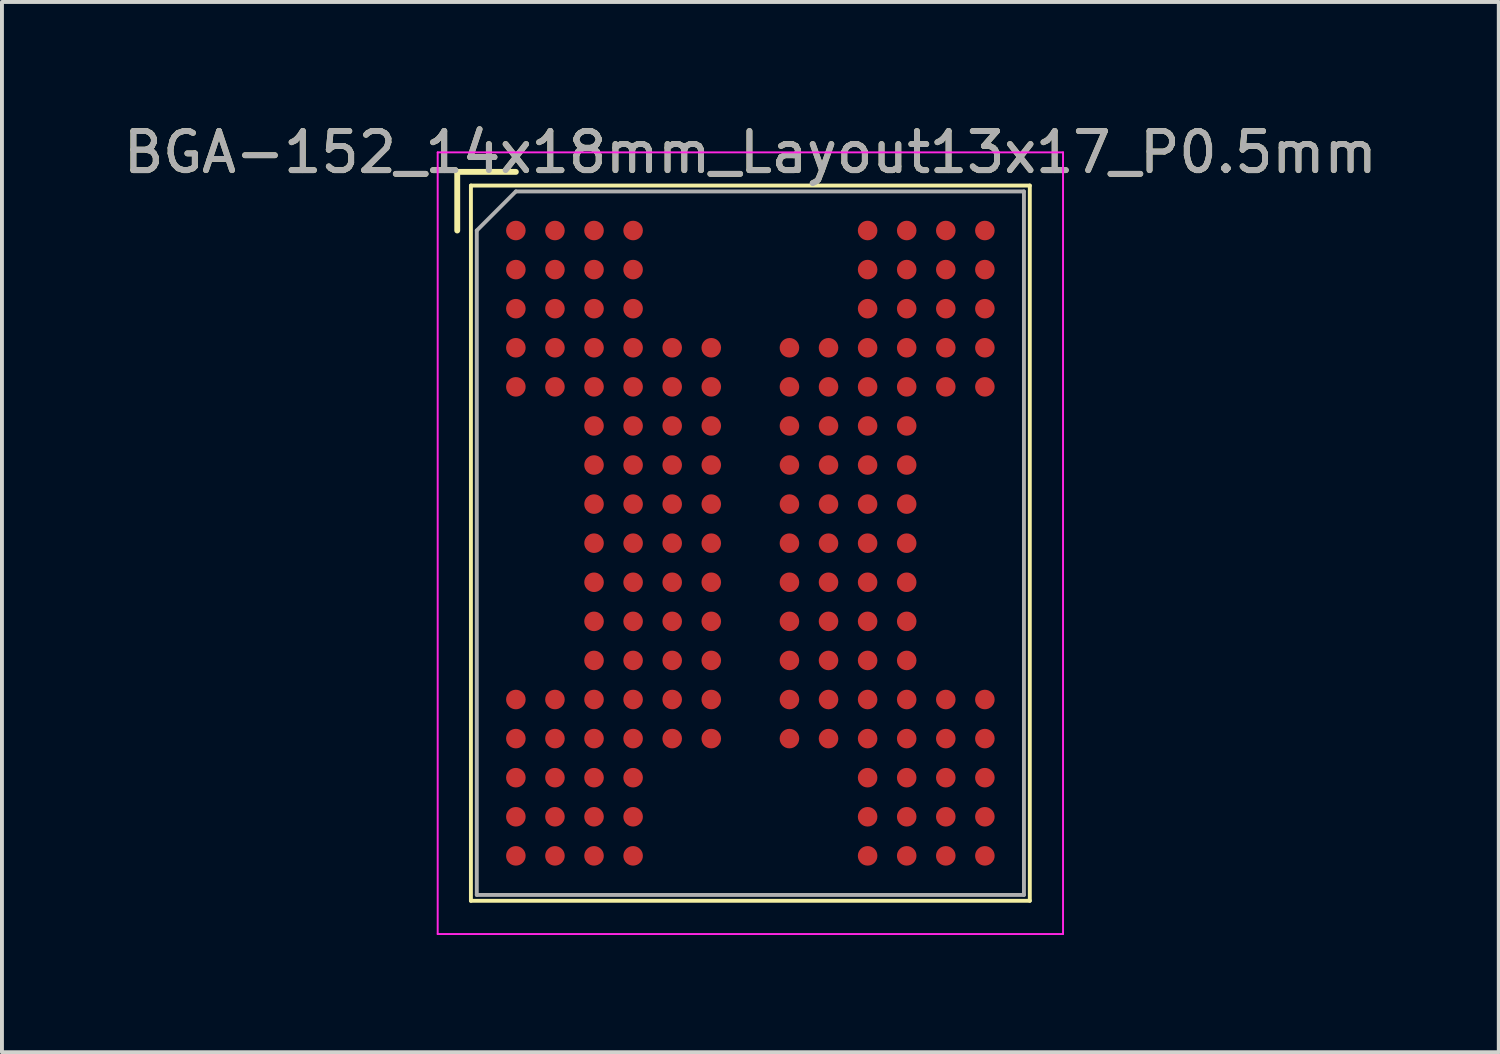
<source format=kicad_pcb>
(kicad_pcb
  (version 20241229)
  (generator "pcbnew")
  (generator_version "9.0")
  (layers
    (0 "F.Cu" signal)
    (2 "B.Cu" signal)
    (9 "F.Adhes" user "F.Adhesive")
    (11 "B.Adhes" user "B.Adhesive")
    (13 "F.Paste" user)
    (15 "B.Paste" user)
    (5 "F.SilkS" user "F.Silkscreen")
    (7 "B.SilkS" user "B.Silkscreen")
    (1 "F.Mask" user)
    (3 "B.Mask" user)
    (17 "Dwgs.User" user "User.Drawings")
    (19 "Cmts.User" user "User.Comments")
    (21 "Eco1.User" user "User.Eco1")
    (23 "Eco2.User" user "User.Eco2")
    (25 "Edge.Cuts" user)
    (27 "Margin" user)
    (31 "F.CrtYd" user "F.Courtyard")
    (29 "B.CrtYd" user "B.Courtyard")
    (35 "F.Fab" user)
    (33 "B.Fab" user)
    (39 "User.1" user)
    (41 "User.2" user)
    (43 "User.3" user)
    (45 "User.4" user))
  (footprint "BGA-152_14x18mm_Layout13x17_P0.5mm"
    (layer "F.Cu")
    (at 16.149 10.848)
    (property "Reference" "BGA-152_14x18mm_Layout13x17_P0.5mm" (at 0 -10 0) (layer "F.SilkS") (effects (font (size 1 1) (thickness 0.15))))
    (attr smd)
    (fp_line (start -7.5 -9.5) (end -6 -9.5) (stroke (width 0.15) (type solid)) (layer "F.SilkS"))
    (fp_line (start -7.5 -8) (end -7.5 -9.5) (stroke (width 0.15) (type solid)) (layer "F.SilkS"))
    (fp_line (start -7.15 -9.15) (end 7.15 -9.15) (stroke (width 0.1) (type solid)) (layer "F.SilkS"))
    (fp_line (start -7.15 9.15) (end -7.15 -9.15) (stroke (width 0.1) (type solid)) (layer "F.SilkS"))
    (fp_line (start 7.15 -9.15) (end 7.15 9.15) (stroke (width 0.1) (type solid)) (layer "F.SilkS"))
    (fp_line (start 7.15 9.15) (end -7.15 9.15) (stroke (width 0.1) (type solid)) (layer "F.SilkS"))
    (fp_line (start -8 -10) (end 8 -10) (stroke (width 0.05) (type solid)) (layer "F.CrtYd"))
    (fp_line (start -8 10) (end -8 -10) (stroke (width 0.05) (type solid)) (layer "F.CrtYd"))
    (fp_line (start 8 -10) (end 8 10) (stroke (width 0.05) (type solid)) (layer "F.CrtYd"))
    (fp_line (start 8 10) (end -8 10) (stroke (width 0.05) (type solid)) (layer "F.CrtYd"))
    (fp_line (start -7 -8) (end -7 9) (stroke (width 0.1) (type solid)) (layer "F.Fab"))
    (fp_line (start -7 9) (end 7 9) (stroke (width 0.1) (type solid)) (layer "F.Fab"))
    (fp_line (start -6 -9) (end -7 -8) (stroke (width 0.1) (type solid)) (layer "F.Fab"))
    (fp_line (start 7 -9) (end -6 -9) (stroke (width 0.1) (type solid)) (layer "F.Fab"))
    (fp_line (start 7 9) (end 7 -9) (stroke (width 0.1) (type solid)) (layer "F.Fab"))
    (fp_text user "${REFERENCE}" (at 0 -10 0) (layer "F.Fab") (effects (font (size 1 1) (thickness 0.15))))
    (pad "A1" smd circle (at -6 -8) (size 0.5 0.5) (layers "F.Cu" "F.Mask" "F.Paste"))
    (pad "A2" smd circle (at -5 -8) (size 0.5 0.5) (layers "F.Cu" "F.Mask" "F.Paste"))
    (pad "A3" smd circle (at -4 -8) (size 0.5 0.5) (layers "F.Cu" "F.Mask" "F.Paste"))
    (pad "A4" smd circle (at -3 -8) (size 0.5 0.5) (layers "F.Cu" "F.Mask" "F.Paste"))
    (pad "A10" smd circle (at 3 -8) (size 0.5 0.5) (layers "F.Cu" "F.Mask" "F.Paste"))
    (pad "A11" smd circle (at 4 -8) (size 0.5 0.5) (layers "F.Cu" "F.Mask" "F.Paste"))
    (pad "A12" smd circle (at 5 -8) (size 0.5 0.5) (layers "F.Cu" "F.Mask" "F.Paste"))
    (pad "A13" smd circle (at 6 -8) (size 0.5 0.5) (layers "F.Cu" "F.Mask" "F.Paste"))
    (pad "B1" smd circle (at -6 -7) (size 0.5 0.5) (layers "F.Cu" "F.Mask" "F.Paste"))
    (pad "B2" smd circle (at -5 -7) (size 0.5 0.5) (layers "F.Cu" "F.Mask" "F.Paste"))
    (pad "B3" smd circle (at -4 -7) (size 0.5 0.5) (layers "F.Cu" "F.Mask" "F.Paste"))
    (pad "B4" smd circle (at -3 -7) (size 0.5 0.5) (layers "F.Cu" "F.Mask" "F.Paste"))
    (pad "B10" smd circle (at 3 -7) (size 0.5 0.5) (layers "F.Cu" "F.Mask" "F.Paste"))
    (pad "B11" smd circle (at 4 -7) (size 0.5 0.5) (layers "F.Cu" "F.Mask" "F.Paste"))
    (pad "B12" smd circle (at 5 -7) (size 0.5 0.5) (layers "F.Cu" "F.Mask" "F.Paste"))
    (pad "B13" smd circle (at 6 -7) (size 0.5 0.5) (layers "F.Cu" "F.Mask" "F.Paste"))
    (pad "C1" smd circle (at -6 -6) (size 0.5 0.5) (layers "F.Cu" "F.Mask" "F.Paste"))
    (pad "C2" smd circle (at -5 -6) (size 0.5 0.5) (layers "F.Cu" "F.Mask" "F.Paste"))
    (pad "C3" smd circle (at -4 -6) (size 0.5 0.5) (layers "F.Cu" "F.Mask" "F.Paste"))
    (pad "C4" smd circle (at -3 -6) (size 0.5 0.5) (layers "F.Cu" "F.Mask" "F.Paste"))
    (pad "C10" smd circle (at 3 -6) (size 0.5 0.5) (layers "F.Cu" "F.Mask" "F.Paste"))
    (pad "C11" smd circle (at 4 -6) (size 0.5 0.5) (layers "F.Cu" "F.Mask" "F.Paste"))
    (pad "C12" smd circle (at 5 -6) (size 0.5 0.5) (layers "F.Cu" "F.Mask" "F.Paste"))
    (pad "C13" smd circle (at 6 -6) (size 0.5 0.5) (layers "F.Cu" "F.Mask" "F.Paste"))
    (pad "D1" smd circle (at -6 -5) (size 0.5 0.5) (layers "F.Cu" "F.Mask" "F.Paste"))
    (pad "D2" smd circle (at -5 -5) (size 0.5 0.5) (layers "F.Cu" "F.Mask" "F.Paste"))
    (pad "D3" smd circle (at -4 -5) (size 0.5 0.5) (layers "F.Cu" "F.Mask" "F.Paste"))
    (pad "D4" smd circle (at -3 -5) (size 0.5 0.5) (layers "F.Cu" "F.Mask" "F.Paste"))
    (pad "D5" smd circle (at -2 -5) (size 0.5 0.5) (layers "F.Cu" "F.Mask" "F.Paste"))
    (pad "D6" smd circle (at -1 -5) (size 0.5 0.5) (layers "F.Cu" "F.Mask" "F.Paste"))
    (pad "D8" smd circle (at 1 -5) (size 0.5 0.5) (layers "F.Cu" "F.Mask" "F.Paste"))
    (pad "D9" smd circle (at 2 -5) (size 0.5 0.5) (layers "F.Cu" "F.Mask" "F.Paste"))
    (pad "D10" smd circle (at 3 -5) (size 0.5 0.5) (layers "F.Cu" "F.Mask" "F.Paste"))
    (pad "D11" smd circle (at 4 -5) (size 0.5 0.5) (layers "F.Cu" "F.Mask" "F.Paste"))
    (pad "D12" smd circle (at 5 -5) (size 0.5 0.5) (layers "F.Cu" "F.Mask" "F.Paste"))
    (pad "D13" smd circle (at 6 -5) (size 0.5 0.5) (layers "F.Cu" "F.Mask" "F.Paste"))
    (pad "E1" smd circle (at -6 -4) (size 0.5 0.5) (layers "F.Cu" "F.Mask" "F.Paste"))
    (pad "E2" smd circle (at -5 -4) (size 0.5 0.5) (layers "F.Cu" "F.Mask" "F.Paste"))
    (pad "E3" smd circle (at -4 -4) (size 0.5 0.5) (layers "F.Cu" "F.Mask" "F.Paste"))
    (pad "E4" smd circle (at -3 -4) (size 0.5 0.5) (layers "F.Cu" "F.Mask" "F.Paste"))
    (pad "E5" smd circle (at -2 -4) (size 0.5 0.5) (layers "F.Cu" "F.Mask" "F.Paste"))
    (pad "E6" smd circle (at -1 -4) (size 0.5 0.5) (layers "F.Cu" "F.Mask" "F.Paste"))
    (pad "E8" smd circle (at 1 -4) (size 0.5 0.5) (layers "F.Cu" "F.Mask" "F.Paste"))
    (pad "E9" smd circle (at 2 -4) (size 0.5 0.5) (layers "F.Cu" "F.Mask" "F.Paste"))
    (pad "E10" smd circle (at 3 -4) (size 0.5 0.5) (layers "F.Cu" "F.Mask" "F.Paste"))
    (pad "E11" smd circle (at 4 -4) (size 0.5 0.5) (layers "F.Cu" "F.Mask" "F.Paste"))
    (pad "E12" smd circle (at 5 -4) (size 0.5 0.5) (layers "F.Cu" "F.Mask" "F.Paste"))
    (pad "E13" smd circle (at 6 -4) (size 0.5 0.5) (layers "F.Cu" "F.Mask" "F.Paste"))
    (pad "F3" smd circle (at -4 -3) (size 0.5 0.5) (layers "F.Cu" "F.Mask" "F.Paste"))
    (pad "F4" smd circle (at -3 -3) (size 0.5 0.5) (layers "F.Cu" "F.Mask" "F.Paste"))
    (pad "F5" smd circle (at -2 -3) (size 0.5 0.5) (layers "F.Cu" "F.Mask" "F.Paste"))
    (pad "F6" smd circle (at -1 -3) (size 0.5 0.5) (layers "F.Cu" "F.Mask" "F.Paste"))
    (pad "F8" smd circle (at 1 -3) (size 0.5 0.5) (layers "F.Cu" "F.Mask" "F.Paste"))
    (pad "F9" smd circle (at 2 -3) (size 0.5 0.5) (layers "F.Cu" "F.Mask" "F.Paste"))
    (pad "F10" smd circle (at 3 -3) (size 0.5 0.5) (layers "F.Cu" "F.Mask" "F.Paste"))
    (pad "F11" smd circle (at 4 -3) (size 0.5 0.5) (layers "F.Cu" "F.Mask" "F.Paste"))
    (pad "G3" smd circle (at -4 -2) (size 0.5 0.5) (layers "F.Cu" "F.Mask" "F.Paste"))
    (pad "G4" smd circle (at -3 -2) (size 0.5 0.5) (layers "F.Cu" "F.Mask" "F.Paste"))
    (pad "G5" smd circle (at -2 -2) (size 0.5 0.5) (layers "F.Cu" "F.Mask" "F.Paste"))
    (pad "G6" smd circle (at -1 -2) (size 0.5 0.5) (layers "F.Cu" "F.Mask" "F.Paste"))
    (pad "G8" smd circle (at 1 -2) (size 0.5 0.5) (layers "F.Cu" "F.Mask" "F.Paste"))
    (pad "G9" smd circle (at 2 -2) (size 0.5 0.5) (layers "F.Cu" "F.Mask" "F.Paste"))
    (pad "G10" smd circle (at 3 -2) (size 0.5 0.5) (layers "F.Cu" "F.Mask" "F.Paste"))
    (pad "G11" smd circle (at 4 -2) (size 0.5 0.5) (layers "F.Cu" "F.Mask" "F.Paste"))
    (pad "H3" smd circle (at -4 -1) (size 0.5 0.5) (layers "F.Cu" "F.Mask" "F.Paste"))
    (pad "H4" smd circle (at -3 -1) (size 0.5 0.5) (layers "F.Cu" "F.Mask" "F.Paste"))
    (pad "H5" smd circle (at -2 -1) (size 0.5 0.5) (layers "F.Cu" "F.Mask" "F.Paste"))
    (pad "H6" smd circle (at -1 -1) (size 0.5 0.5) (layers "F.Cu" "F.Mask" "F.Paste"))
    (pad "H8" smd circle (at 1 -1) (size 0.5 0.5) (layers "F.Cu" "F.Mask" "F.Paste"))
    (pad "H9" smd circle (at 2 -1) (size 0.5 0.5) (layers "F.Cu" "F.Mask" "F.Paste"))
    (pad "H10" smd circle (at 3 -1) (size 0.5 0.5) (layers "F.Cu" "F.Mask" "F.Paste"))
    (pad "H11" smd circle (at 4 -1) (size 0.5 0.5) (layers "F.Cu" "F.Mask" "F.Paste"))
    (pad "J3" smd circle (at -4 0) (size 0.5 0.5) (layers "F.Cu" "F.Mask" "F.Paste"))
    (pad "J4" smd circle (at -3 0) (size 0.5 0.5) (layers "F.Cu" "F.Mask" "F.Paste"))
    (pad "J5" smd circle (at -2 0) (size 0.5 0.5) (layers "F.Cu" "F.Mask" "F.Paste"))
    (pad "J6" smd circle (at -1 0) (size 0.5 0.5) (layers "F.Cu" "F.Mask" "F.Paste"))
    (pad "J8" smd circle (at 1 0) (size 0.5 0.5) (layers "F.Cu" "F.Mask" "F.Paste"))
    (pad "J9" smd circle (at 2 0) (size 0.5 0.5) (layers "F.Cu" "F.Mask" "F.Paste"))
    (pad "J10" smd circle (at 3 0) (size 0.5 0.5) (layers "F.Cu" "F.Mask" "F.Paste"))
    (pad "J11" smd circle (at 4 0) (size 0.5 0.5) (layers "F.Cu" "F.Mask" "F.Paste"))
    (pad "K3" smd circle (at -4 1) (size 0.5 0.5) (layers "F.Cu" "F.Mask" "F.Paste"))
    (pad "K4" smd circle (at -3 1) (size 0.5 0.5) (layers "F.Cu" "F.Mask" "F.Paste"))
    (pad "K5" smd circle (at -2 1) (size 0.5 0.5) (layers "F.Cu" "F.Mask" "F.Paste"))
    (pad "K6" smd circle (at -1 1) (size 0.5 0.5) (layers "F.Cu" "F.Mask" "F.Paste"))
    (pad "K8" smd circle (at 1 1) (size 0.5 0.5) (layers "F.Cu" "F.Mask" "F.Paste"))
    (pad "K9" smd circle (at 2 1) (size 0.5 0.5) (layers "F.Cu" "F.Mask" "F.Paste"))
    (pad "K10" smd circle (at 3 1) (size 0.5 0.5) (layers "F.Cu" "F.Mask" "F.Paste"))
    (pad "K11" smd circle (at 4 1) (size 0.5 0.5) (layers "F.Cu" "F.Mask" "F.Paste"))
    (pad "L3" smd circle (at -4 2) (size 0.5 0.5) (layers "F.Cu" "F.Mask" "F.Paste"))
    (pad "L4" smd circle (at -3 2) (size 0.5 0.5) (layers "F.Cu" "F.Mask" "F.Paste"))
    (pad "L5" smd circle (at -2 2) (size 0.5 0.5) (layers "F.Cu" "F.Mask" "F.Paste"))
    (pad "L6" smd circle (at -1 2) (size 0.5 0.5) (layers "F.Cu" "F.Mask" "F.Paste"))
    (pad "L8" smd circle (at 1 2) (size 0.5 0.5) (layers "F.Cu" "F.Mask" "F.Paste"))
    (pad "L9" smd circle (at 2 2) (size 0.5 0.5) (layers "F.Cu" "F.Mask" "F.Paste"))
    (pad "L10" smd circle (at 3 2) (size 0.5 0.5) (layers "F.Cu" "F.Mask" "F.Paste"))
    (pad "L11" smd circle (at 4 2) (size 0.5 0.5) (layers "F.Cu" "F.Mask" "F.Paste"))
    (pad "M3" smd circle (at -4 3) (size 0.5 0.5) (layers "F.Cu" "F.Mask" "F.Paste"))
    (pad "M4" smd circle (at -3 3) (size 0.5 0.5) (layers "F.Cu" "F.Mask" "F.Paste"))
    (pad "M5" smd circle (at -2 3) (size 0.5 0.5) (layers "F.Cu" "F.Mask" "F.Paste"))
    (pad "M6" smd circle (at -1 3) (size 0.5 0.5) (layers "F.Cu" "F.Mask" "F.Paste"))
    (pad "M8" smd circle (at 1 3) (size 0.5 0.5) (layers "F.Cu" "F.Mask" "F.Paste"))
    (pad "M9" smd circle (at 2 3) (size 0.5 0.5) (layers "F.Cu" "F.Mask" "F.Paste"))
    (pad "M10" smd circle (at 3 3) (size 0.5 0.5) (layers "F.Cu" "F.Mask" "F.Paste"))
    (pad "M11" smd circle (at 4 3) (size 0.5 0.5) (layers "F.Cu" "F.Mask" "F.Paste"))
    (pad "N1" smd circle (at -6 4) (size 0.5 0.5) (layers "F.Cu" "F.Mask" "F.Paste"))
    (pad "N2" smd circle (at -5 4) (size 0.5 0.5) (layers "F.Cu" "F.Mask" "F.Paste"))
    (pad "N3" smd circle (at -4 4) (size 0.5 0.5) (layers "F.Cu" "F.Mask" "F.Paste"))
    (pad "N4" smd circle (at -3 4) (size 0.5 0.5) (layers "F.Cu" "F.Mask" "F.Paste"))
    (pad "N5" smd circle (at -2 4) (size 0.5 0.5) (layers "F.Cu" "F.Mask" "F.Paste"))
    (pad "N6" smd circle (at -1 4) (size 0.5 0.5) (layers "F.Cu" "F.Mask" "F.Paste"))
    (pad "N8" smd circle (at 1 4) (size 0.5 0.5) (layers "F.Cu" "F.Mask" "F.Paste"))
    (pad "N9" smd circle (at 2 4) (size 0.5 0.5) (layers "F.Cu" "F.Mask" "F.Paste"))
    (pad "N10" smd circle (at 3 4) (size 0.5 0.5) (layers "F.Cu" "F.Mask" "F.Paste"))
    (pad "N11" smd circle (at 4 4) (size 0.5 0.5) (layers "F.Cu" "F.Mask" "F.Paste"))
    (pad "N12" smd circle (at 5 4) (size 0.5 0.5) (layers "F.Cu" "F.Mask" "F.Paste"))
    (pad "N13" smd circle (at 6 4) (size 0.5 0.5) (layers "F.Cu" "F.Mask" "F.Paste"))
    (pad "P1" smd circle (at -6 5) (size 0.5 0.5) (layers "F.Cu" "F.Mask" "F.Paste"))
    (pad "P2" smd circle (at -5 5) (size 0.5 0.5) (layers "F.Cu" "F.Mask" "F.Paste"))
    (pad "P3" smd circle (at -4 5) (size 0.5 0.5) (layers "F.Cu" "F.Mask" "F.Paste"))
    (pad "P4" smd circle (at -3 5) (size 0.5 0.5) (layers "F.Cu" "F.Mask" "F.Paste"))
    (pad "P5" smd circle (at -2 5) (size 0.5 0.5) (layers "F.Cu" "F.Mask" "F.Paste"))
    (pad "P6" smd circle (at -1 5) (size 0.5 0.5) (layers "F.Cu" "F.Mask" "F.Paste"))
    (pad "P8" smd circle (at 1 5) (size 0.5 0.5) (layers "F.Cu" "F.Mask" "F.Paste"))
    (pad "P9" smd circle (at 2 5) (size 0.5 0.5) (layers "F.Cu" "F.Mask" "F.Paste"))
    (pad "P10" smd circle (at 3 5) (size 0.5 0.5) (layers "F.Cu" "F.Mask" "F.Paste"))
    (pad "P11" smd circle (at 4 5) (size 0.5 0.5) (layers "F.Cu" "F.Mask" "F.Paste"))
    (pad "P12" smd circle (at 5 5) (size 0.5 0.5) (layers "F.Cu" "F.Mask" "F.Paste"))
    (pad "P13" smd circle (at 6 5) (size 0.5 0.5) (layers "F.Cu" "F.Mask" "F.Paste"))
    (pad "R1" smd circle (at -6 6) (size 0.5 0.5) (layers "F.Cu" "F.Mask" "F.Paste"))
    (pad "R2" smd circle (at -5 6) (size 0.5 0.5) (layers "F.Cu" "F.Mask" "F.Paste"))
    (pad "R3" smd circle (at -4 6) (size 0.5 0.5) (layers "F.Cu" "F.Mask" "F.Paste"))
    (pad "R4" smd circle (at -3 6) (size 0.5 0.5) (layers "F.Cu" "F.Mask" "F.Paste"))
    (pad "R10" smd circle (at 3 6) (size 0.5 0.5) (layers "F.Cu" "F.Mask" "F.Paste"))
    (pad "R11" smd circle (at 4 6) (size 0.5 0.5) (layers "F.Cu" "F.Mask" "F.Paste"))
    (pad "R12" smd circle (at 5 6) (size 0.5 0.5) (layers "F.Cu" "F.Mask" "F.Paste"))
    (pad "R13" smd circle (at 6 6) (size 0.5 0.5) (layers "F.Cu" "F.Mask" "F.Paste"))
    (pad "T1" smd circle (at -6 7) (size 0.5 0.5) (layers "F.Cu" "F.Mask" "F.Paste"))
    (pad "T2" smd circle (at -5 7) (size 0.5 0.5) (layers "F.Cu" "F.Mask" "F.Paste"))
    (pad "T3" smd circle (at -4 7) (size 0.5 0.5) (layers "F.Cu" "F.Mask" "F.Paste"))
    (pad "T4" smd circle (at -3 7) (size 0.5 0.5) (layers "F.Cu" "F.Mask" "F.Paste"))
    (pad "T10" smd circle (at 3 7) (size 0.5 0.5) (layers "F.Cu" "F.Mask" "F.Paste"))
    (pad "T11" smd circle (at 4 7) (size 0.5 0.5) (layers "F.Cu" "F.Mask" "F.Paste"))
    (pad "T12" smd circle (at 5 7) (size 0.5 0.5) (layers "F.Cu" "F.Mask" "F.Paste"))
    (pad "T13" smd circle (at 6 7) (size 0.5 0.5) (layers "F.Cu" "F.Mask" "F.Paste"))
    (pad "U1" smd circle (at -6 8) (size 0.5 0.5) (layers "F.Cu" "F.Mask" "F.Paste"))
    (pad "U2" smd circle (at -5 8) (size 0.5 0.5) (layers "F.Cu" "F.Mask" "F.Paste"))
    (pad "U3" smd circle (at -4 8) (size 0.5 0.5) (layers "F.Cu" "F.Mask" "F.Paste"))
    (pad "U4" smd circle (at -3 8) (size 0.5 0.5) (layers "F.Cu" "F.Mask" "F.Paste"))
    (pad "U10" smd circle (at 3 8) (size 0.5 0.5) (layers "F.Cu" "F.Mask" "F.Paste"))
    (pad "U11" smd circle (at 4 8) (size 0.5 0.5) (layers "F.Cu" "F.Mask" "F.Paste"))
    (pad "U12" smd circle (at 5 8) (size 0.5 0.5) (layers "F.Cu" "F.Mask" "F.Paste"))
    (pad "U13" smd circle (at 6 8) (size 0.5 0.5) (layers "F.Cu" "F.Mask" "F.Paste")))
  (gr_rect
    (start -3 -3)
    (end 35.298 23.873)
    (stroke (width 0.1) (type default))
    (fill no)
    (layer "Edge.Cuts")))
</source>
